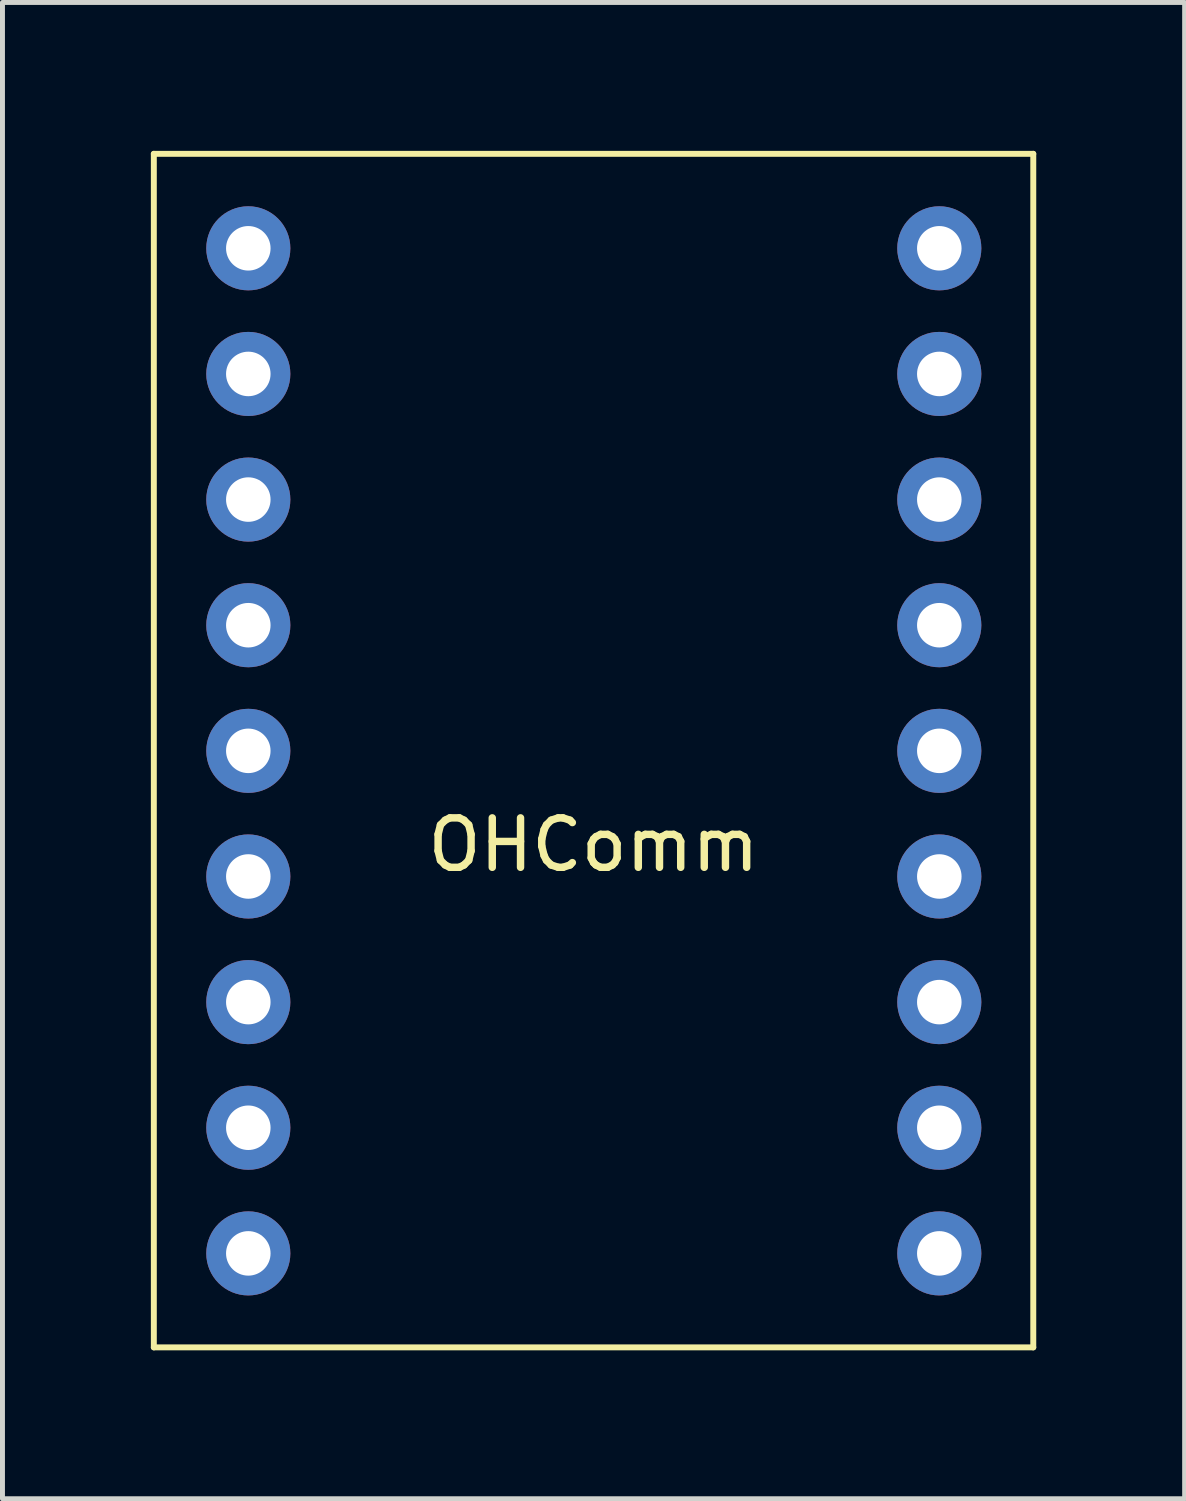
<source format=kicad_pcb>
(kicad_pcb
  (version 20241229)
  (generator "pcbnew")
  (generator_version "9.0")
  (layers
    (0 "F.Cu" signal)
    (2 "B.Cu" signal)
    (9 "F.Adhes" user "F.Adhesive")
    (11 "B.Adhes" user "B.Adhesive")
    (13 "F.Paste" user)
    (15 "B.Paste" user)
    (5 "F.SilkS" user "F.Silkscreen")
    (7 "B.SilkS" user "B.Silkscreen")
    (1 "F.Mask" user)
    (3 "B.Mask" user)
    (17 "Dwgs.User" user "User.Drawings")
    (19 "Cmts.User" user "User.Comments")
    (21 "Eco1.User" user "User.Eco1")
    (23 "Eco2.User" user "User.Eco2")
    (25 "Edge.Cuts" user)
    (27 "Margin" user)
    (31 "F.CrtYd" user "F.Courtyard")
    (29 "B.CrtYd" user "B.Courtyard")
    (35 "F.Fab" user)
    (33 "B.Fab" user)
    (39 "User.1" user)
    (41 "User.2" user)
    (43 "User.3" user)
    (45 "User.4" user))
  (footprint "OHComm"
    (layer "F.Cu")
    (at 8.95 12.125)
    (property "Reference" "OHComm" (at 0 1.905 0) (layer "F.SilkS") (effects (font (size 1 1) (thickness 0.15))))
    (attr through_hole)
    (fp_line (start -8.89 -12.065) (end -8.89 12.065) (stroke (width 0.12) (type solid)) (layer "F.SilkS"))
    (fp_line (start -8.89 12.065) (end 8.89 12.065) (stroke (width 0.12) (type solid)) (layer "F.SilkS"))
    (fp_line (start 8.89 -12.065) (end -8.89 -12.065) (stroke (width 0.12) (type solid)) (layer "F.SilkS"))
    (fp_line (start 8.89 12.065) (end 8.89 -12.065) (stroke (width 0.12) (type solid)) (layer "F.SilkS"))
    (pad "1" thru_hole circle (at 6.99 -10.155) (size 1.7 1.7) (drill 0.9) (layers "*.Cu" "*.Mask"))
    (pad "2" thru_hole circle (at 6.99 -7.615) (size 1.7 1.7) (drill 0.9) (layers "*.Cu" "*.Mask"))
    (pad "3" thru_hole circle (at 6.99 -5.075) (size 1.7 1.7) (drill 0.9) (layers "*.Cu" "*.Mask"))
    (pad "4" thru_hole circle (at 6.99 -2.535) (size 1.7 1.7) (drill 0.9) (layers "*.Cu" "*.Mask"))
    (pad "5" thru_hole circle (at 6.99 0.005) (size 1.7 1.7) (drill 0.9) (layers "*.Cu" "*.Mask"))
    (pad "6" thru_hole circle (at 6.99 2.545) (size 1.7 1.7) (drill 0.9) (layers "*.Cu" "*.Mask"))
    (pad "7" thru_hole circle (at 6.99 5.085) (size 1.7 1.7) (drill 0.9) (layers "*.Cu" "*.Mask"))
    (pad "8" thru_hole circle (at 6.99 7.625) (size 1.7 1.7) (drill 0.9) (layers "*.Cu" "*.Mask"))
    (pad "9" thru_hole circle (at 6.99 10.165) (size 1.7 1.7) (drill 0.9) (layers "*.Cu" "*.Mask"))
    (pad "10" thru_hole circle (at -6.98 -10.155) (size 1.7 1.7) (drill 0.9) (layers "*.Cu" "*.Mask"))
    (pad "11" thru_hole circle (at -6.98 -7.615) (size 1.7 1.7) (drill 0.9) (layers "*.Cu" "*.Mask"))
    (pad "12" thru_hole circle (at -6.98 -5.075) (size 1.7 1.7) (drill 0.9) (layers "*.Cu" "*.Mask"))
    (pad "13" thru_hole circle (at -6.98 -2.535) (size 1.7 1.7) (drill 0.9) (layers "*.Cu" "*.Mask"))
    (pad "14" thru_hole circle (at -6.98 0.005) (size 1.7 1.7) (drill 0.9) (layers "*.Cu" "*.Mask"))
    (pad "15" thru_hole circle (at -6.98 2.545) (size 1.7 1.7) (drill 0.9) (layers "*.Cu" "*.Mask"))
    (pad "16" thru_hole circle (at -6.98 5.085) (size 1.7 1.7) (drill 0.9) (layers "*.Cu" "*.Mask"))
    (pad "17" thru_hole circle (at -6.98 7.625) (size 1.7 1.7) (drill 0.9) (layers "*.Cu" "*.Mask"))
    (pad "18" thru_hole circle (at -6.98 10.165) (size 1.7 1.7) (drill 0.9) (layers "*.Cu" "*.Mask")))
  (gr_rect
    (start -3 -3)
    (end 20.9 27.25)
    (stroke (width 0.1) (type default))
    (fill no)
    (layer "Edge.Cuts")))
</source>
